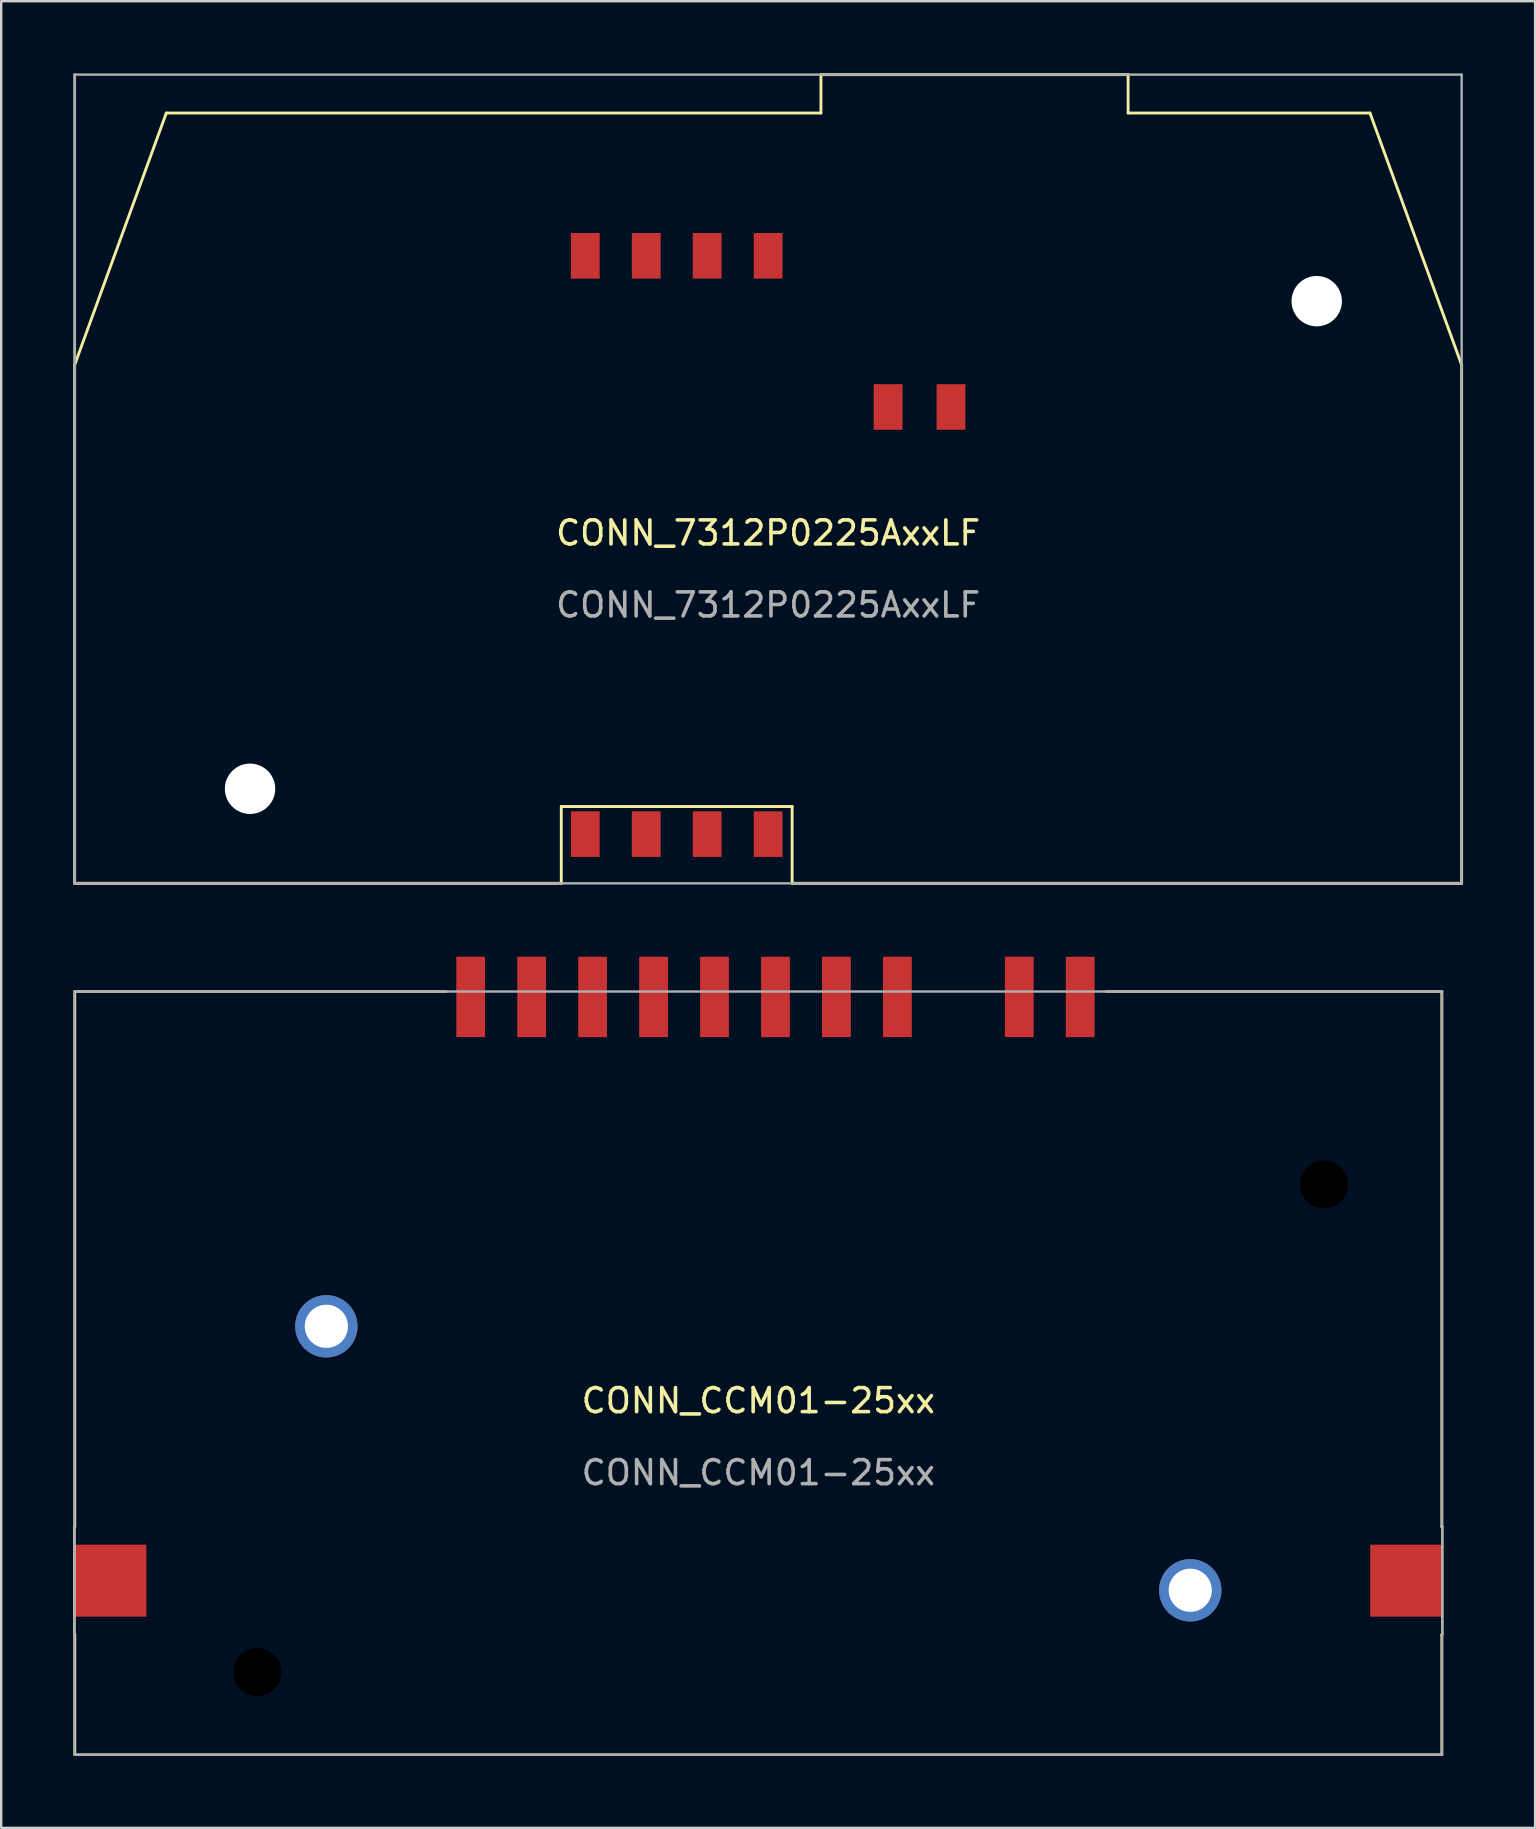
<source format=kicad_pcb>
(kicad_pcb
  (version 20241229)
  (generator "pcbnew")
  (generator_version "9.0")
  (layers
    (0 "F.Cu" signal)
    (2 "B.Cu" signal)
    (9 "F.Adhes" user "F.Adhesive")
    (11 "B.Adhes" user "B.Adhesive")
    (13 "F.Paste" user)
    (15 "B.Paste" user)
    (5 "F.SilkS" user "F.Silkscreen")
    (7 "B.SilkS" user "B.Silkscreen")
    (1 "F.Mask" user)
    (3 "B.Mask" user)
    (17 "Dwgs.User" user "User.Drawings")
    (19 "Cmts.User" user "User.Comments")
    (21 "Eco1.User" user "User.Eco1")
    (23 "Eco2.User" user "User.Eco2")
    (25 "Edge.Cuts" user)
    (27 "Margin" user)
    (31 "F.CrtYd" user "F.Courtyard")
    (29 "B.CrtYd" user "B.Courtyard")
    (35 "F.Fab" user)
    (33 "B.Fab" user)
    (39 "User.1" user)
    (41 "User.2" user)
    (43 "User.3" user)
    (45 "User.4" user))
  (footprint "CONN_7312P0225AxxLF"
    (layer "F.Cu")
    (at 28.96 19.66)
    (property "Reference" "CONN_7312P0225AxxLF" (at 0 -0.5 0) (unlocked yes) (layer "F.SilkS") (effects (font (size 1 1) (thickness 0.15))))
    (attr smd)
    (fp_line (start -28.9 -7.5) (end -25.08 -18) (stroke (width 0.12) (type solid)) (layer "F.SilkS"))
    (fp_line (start -28.9 14.1) (end -28.9 -7.5) (stroke (width 0.12) (type solid)) (layer "F.SilkS"))
    (fp_line (start -28.9 14.1) (end -8.62 14.1) (stroke (width 0.12) (type solid)) (layer "F.SilkS"))
    (fp_line (start -25.08 -18) (end 2.2 -18) (stroke (width 0.12) (type solid)) (layer "F.SilkS"))
    (fp_line (start -8.62 10.9) (end -8.62 14.1) (stroke (width 0.12) (type solid)) (layer "F.SilkS"))
    (fp_line (start -8.62 10.9) (end 1 10.9) (stroke (width 0.12) (type solid)) (layer "F.SilkS"))
    (fp_line (start 1 10.9) (end 1 14.1) (stroke (width 0.12) (type solid)) (layer "F.SilkS"))
    (fp_line (start 1 14.1) (end 28.9 14.1) (stroke (width 0.12) (type solid)) (layer "F.SilkS"))
    (fp_line (start 2.2 -19.6) (end 15 -19.6) (stroke (width 0.12) (type solid)) (layer "F.SilkS"))
    (fp_line (start 2.2 -18) (end 2.2 -19.6) (stroke (width 0.12) (type solid)) (layer "F.SilkS"))
    (fp_line (start 15 -19.6) (end 15 -18) (stroke (width 0.12) (type solid)) (layer "F.SilkS"))
    (fp_line (start 25.08 -18) (end 15 -18) (stroke (width 0.12) (type solid)) (layer "F.SilkS"))
    (fp_line (start 28.9 -7.5) (end 25.08 -18) (stroke (width 0.12) (type solid)) (layer "F.SilkS"))
    (fp_line (start 28.9 -7.5) (end 28.9 14.1) (stroke (width 0.12) (type solid)) (layer "F.SilkS"))
    (fp_line (start -28.9 -19.6) (end 28.9 -19.6) (stroke (width 0.1) (type solid)) (layer "F.Fab"))
    (fp_line (start -28.9 14.1) (end -28.9 -19.6) (stroke (width 0.12) (type solid)) (layer "F.Fab"))
    (fp_line (start 28.9 -19.6) (end 28.9 14.1) (stroke (width 0.1) (type solid)) (layer "F.Fab"))
    (fp_line (start 28.9 14.1) (end -28.9 14.1) (stroke (width 0.1) (type solid)) (layer "F.Fab"))
    (fp_text user "${REFERENCE}" (at 0 2.5 0) (unlocked yes) (layer "F.Fab") (effects (font (size 1 1) (thickness 0.15))))
    (pad "" np_thru_hole circle (at -21.59 10.16) (size 2.1 2.1) (drill 2.1) (layers "*.Cu" "*.Mask"))
    (pad "" np_thru_hole circle (at 22.86 -10.16) (size 2.1 2.1) (drill 2.1) (layers "*.Cu" "*.Mask"))
    (pad "1" smd rect (at 5 -5.75) (size 1.2 1.9) (layers "F.Cu" "F.Mask" "F.Paste"))
    (pad "2" smd rect (at 7.62 -5.75) (size 1.2 1.9) (layers "F.Cu" "F.Mask" "F.Paste"))
    (pad "C1" smd rect (at -7.62 -12.05) (size 1.2 1.9) (layers "F.Cu" "F.Mask" "F.Paste"))
    (pad "C2" smd rect (at -5.08 -12.05) (size 1.2 1.9) (layers "F.Cu" "F.Mask" "F.Paste"))
    (pad "C3" smd rect (at -2.54 -12.05) (size 1.2 1.9) (layers "F.Cu" "F.Mask" "F.Paste"))
    (pad "C4" smd rect (at 0 -12.05) (size 1.2 1.9) (layers "F.Cu" "F.Mask" "F.Paste"))
    (pad "C5" smd rect (at -7.62 12.05) (size 1.2 1.9) (layers "F.Cu" "F.Mask" "F.Paste"))
    (pad "C6" smd rect (at -5.08 12.05) (size 1.2 1.9) (layers "F.Cu" "F.Mask" "F.Paste"))
    (pad "C7" smd rect (at -2.54 12.05) (size 1.2 1.9) (layers "F.Cu" "F.Mask" "F.Paste"))
    (pad "C8" smd rect (at 0 12.05) (size 1.2 1.9) (layers "F.Cu" "F.Mask" "F.Paste")))
  (footprint "CONN_CCM01-25xx"
    (layer "F.Cu")
    (at 28.55 55.82)
    (property "Reference" "CONN_CCM01-25xx" (at 0 -0.5 0) (unlocked yes) (layer "F.SilkS") (effects (font (size 1 1) (thickness 0.15))))
    (attr smd)
    (fp_line (start -28.5 4.75) (end -28.475 4.75) (stroke (width 0.1) (type solid)) (layer "F.SilkS"))
    (fp_line (start -28.5 9.25) (end -28.5 4.75) (stroke (width 0.1) (type solid)) (layer "F.SilkS"))
    (fp_line (start -28.475 -17.55) (end -13 -17.55) (stroke (width 0.1) (type solid)) (layer "F.SilkS"))
    (fp_line (start -28.475 4.75) (end -28.475 -17.55) (stroke (width 0.1) (type solid)) (layer "F.SilkS"))
    (fp_line (start -28.475 9.25) (end -28.5 9.25) (stroke (width 0.1) (type solid)) (layer "F.SilkS"))
    (fp_line (start -28.475 14.25) (end -28.475 9.25) (stroke (width 0.1) (type solid)) (layer "F.SilkS"))
    (fp_line (start 28.475 -17.55) (end 14.5 -17.55) (stroke (width 0.1) (type solid)) (layer "F.SilkS"))
    (fp_line (start 28.475 4.75) (end 28.475 -17.55) (stroke (width 0.1) (type solid)) (layer "F.SilkS"))
    (fp_line (start 28.475 4.75) (end 28.5 4.75) (stroke (width 0.1) (type solid)) (layer "F.SilkS"))
    (fp_line (start 28.475 9.25) (end 28.475 14.25) (stroke (width 0.1) (type solid)) (layer "F.SilkS"))
    (fp_line (start 28.475 9.25) (end 28.5 9.25) (stroke (width 0.1) (type solid)) (layer "F.SilkS"))
    (fp_line (start 28.475 14.25) (end -28.475 14.25) (stroke (width 0.1) (type solid)) (layer "F.SilkS"))
    (fp_line (start 28.5 9.25) (end 28.5 4.75) (stroke (width 0.1) (type solid)) (layer "F.SilkS"))
    (fp_line (start -28.5 -17.55) (end -28.5 14.25) (stroke (width 0.1) (type solid)) (layer "F.Fab"))
    (fp_line (start -28.5 14.25) (end 28.5 14.25) (stroke (width 0.1) (type solid)) (layer "F.Fab"))
    (fp_line (start 28.5 -17.55) (end -28.5 -17.55) (stroke (width 0.1) (type solid)) (layer "F.Fab"))
    (fp_line (start 28.5 14.25) (end 28.5 -17.55) (stroke (width 0.1) (type solid)) (layer "F.Fab"))
    (fp_text user "${REFERENCE}" (at 0 2.5 0) (unlocked yes) (layer "F.Fab") (effects (font (size 1 1) (thickness 0.15))))
    (pad "" np_thru_hole circle (at -20.875 10.81) (size 2 2) (drill 2) (layers "*.Mask"))
    (pad "" np_thru_hole circle (at 23.575 -9.51) (size 2 2) (drill 2) (layers "*.Mask"))
    (pad "0" smd rect (at -27 7) (size 3 3) (layers "F.Cu" "F.Mask" "F.Paste"))
    (pad "0" thru_hole circle (at -18 -3.6) (size 2.6 2.6) (drill 1.8) (layers "*.Cu" "*.Mask"))
    (pad "0" thru_hole circle (at 18 7.4) (size 2.6 2.6) (drill 1.8) (layers "*.Cu" "*.Mask"))
    (pad "0" smd rect (at 27 7) (size 3 3) (layers "F.Cu" "F.Mask" "F.Paste"))
    (pad "1" smd rect (at 10.875 -17.325) (size 1.2 3.35) (layers "F.Cu" "F.Mask" "F.Paste"))
    (pad "2" smd rect (at 13.415 -17.325) (size 1.2 3.35) (layers "F.Cu" "F.Mask" "F.Paste"))
    (pad "C1" smd rect (at -6.905 -17.325) (size 1.2 3.35) (layers "F.Cu" "F.Mask" "F.Paste"))
    (pad "C2" smd rect (at -4.365 -17.325) (size 1.2 3.35) (layers "F.Cu" "F.Mask" "F.Paste"))
    (pad "C3" smd rect (at -1.825 -17.325) (size 1.2 3.35) (layers "F.Cu" "F.Mask" "F.Paste"))
    (pad "C4" smd rect (at 0.715 -17.325) (size 1.2 3.35) (layers "F.Cu" "F.Mask" "F.Paste"))
    (pad "C5" smd rect (at -11.985 -17.325) (size 1.2 3.35) (layers "F.Cu" "F.Mask" "F.Paste"))
    (pad "C6" smd rect (at -9.445 -17.325) (size 1.2 3.35) (layers "F.Cu" "F.Mask" "F.Paste"))
    (pad "C7" smd rect (at 3.255 -17.325) (size 1.2 3.35) (layers "F.Cu" "F.Mask" "F.Paste"))
    (pad "C8" smd rect (at 5.795 -17.325) (size 1.2 3.35) (layers "F.Cu" "F.Mask" "F.Paste")))
  (gr_rect
    (start -3 -3)
    (end 60.92 73.12)
    (stroke (width 0.1) (type default))
    (fill no)
    (layer "Edge.Cuts")))
</source>
